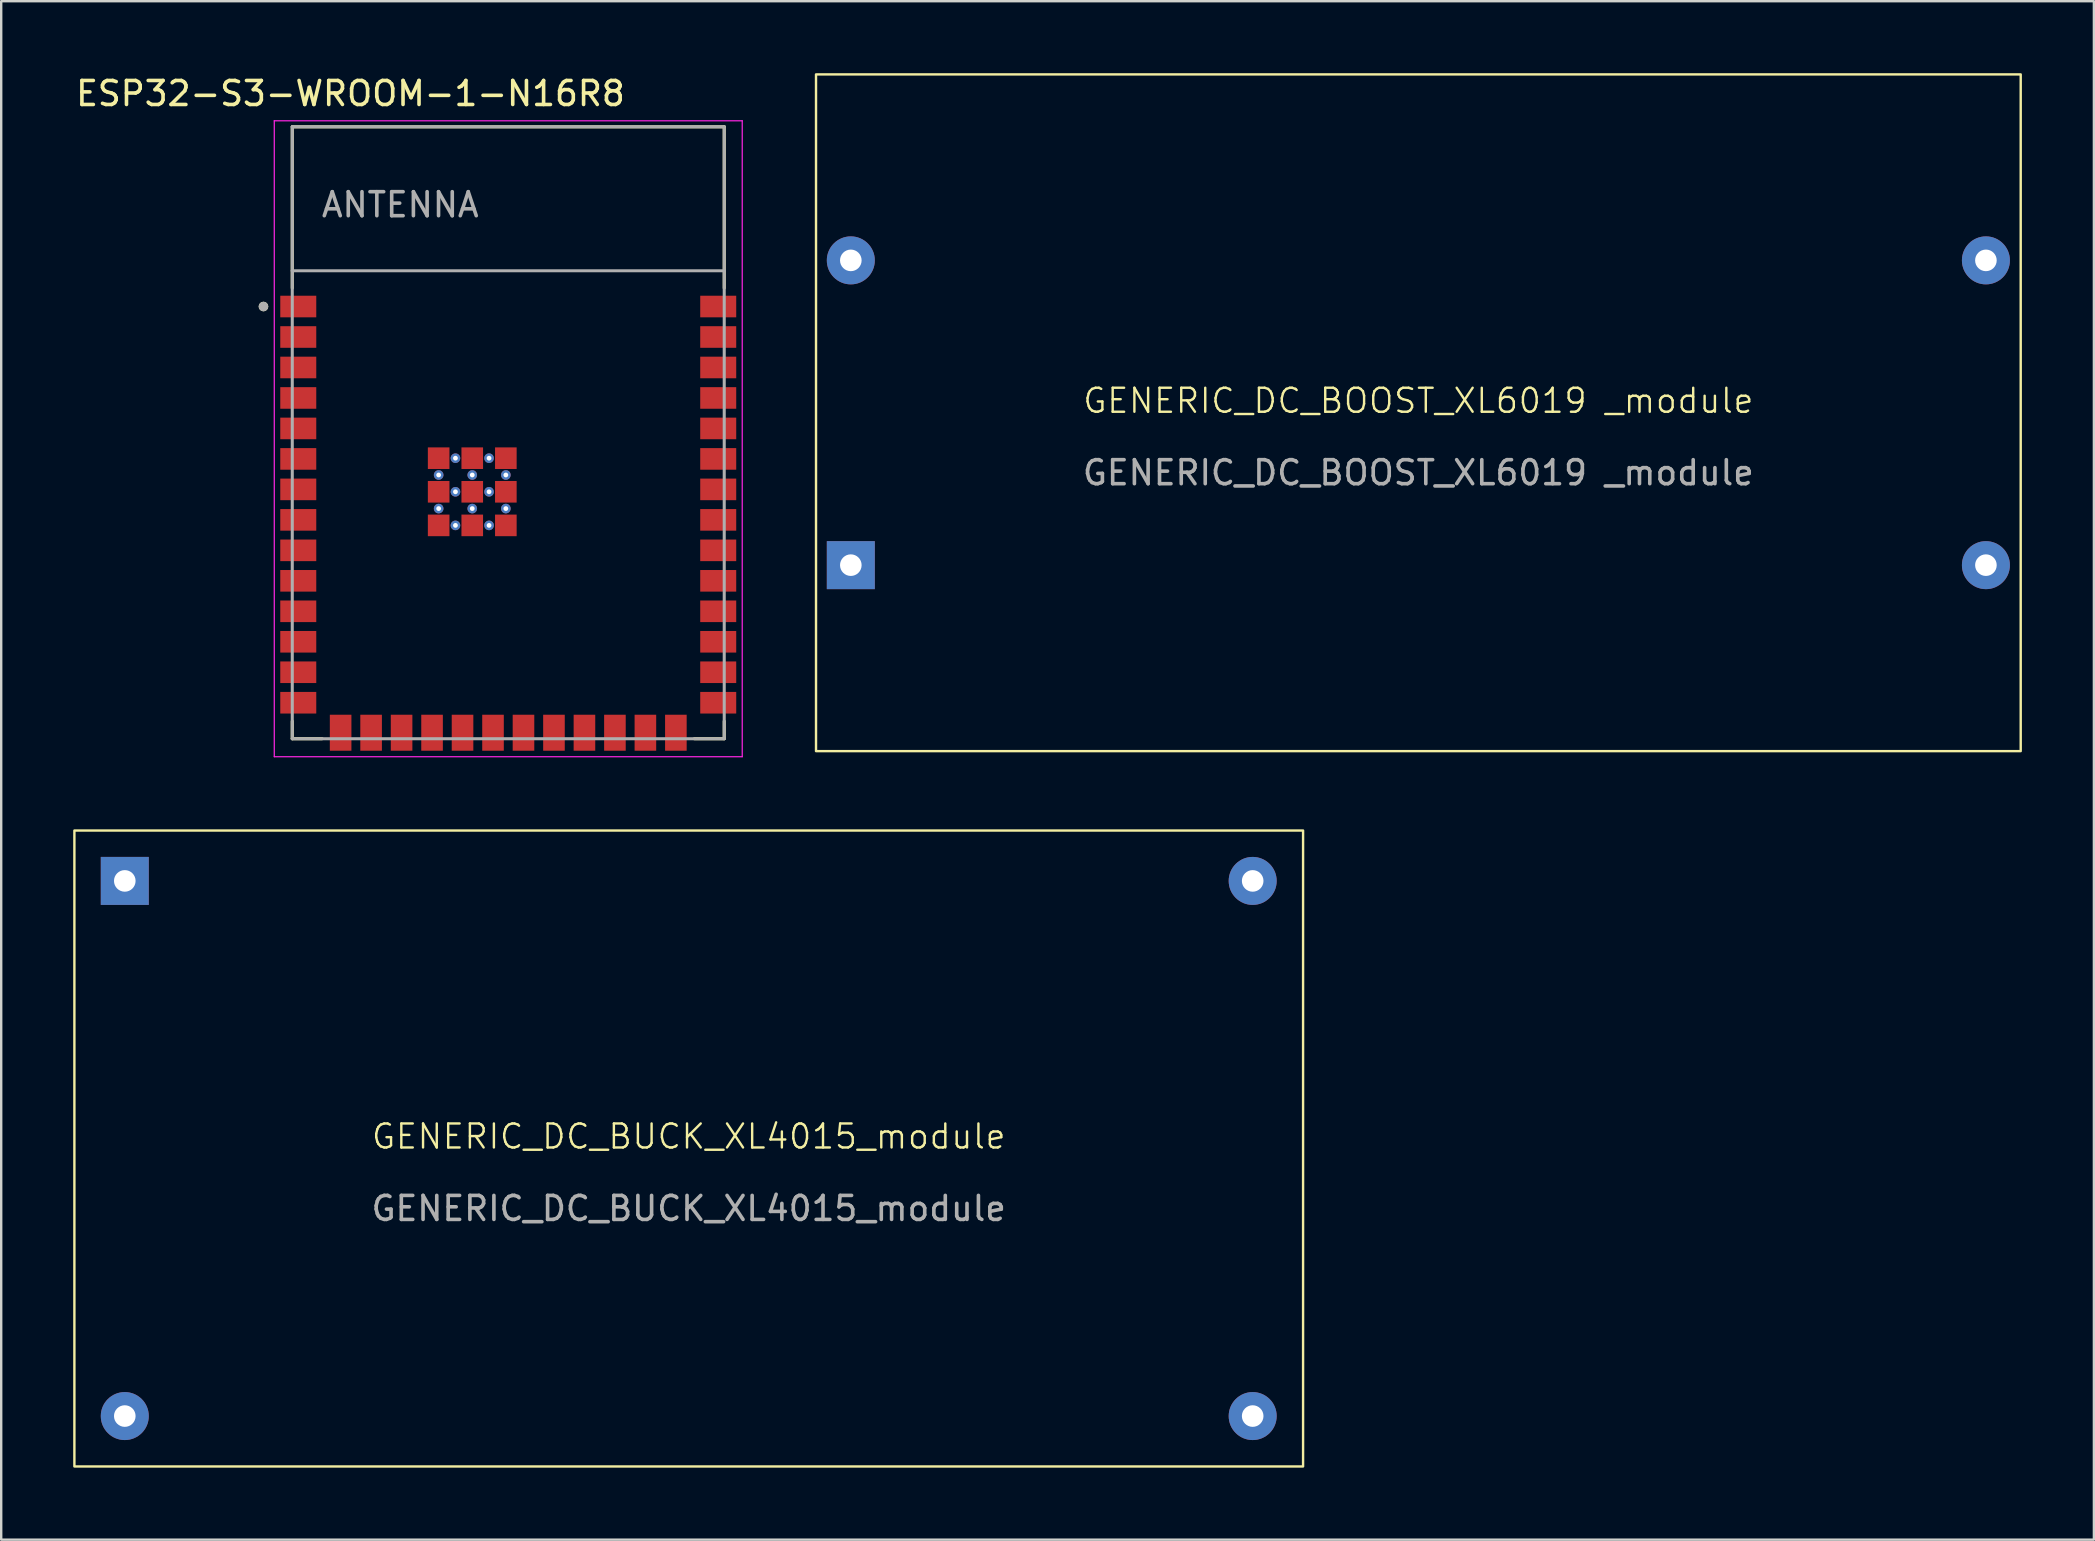
<source format=kicad_pcb>
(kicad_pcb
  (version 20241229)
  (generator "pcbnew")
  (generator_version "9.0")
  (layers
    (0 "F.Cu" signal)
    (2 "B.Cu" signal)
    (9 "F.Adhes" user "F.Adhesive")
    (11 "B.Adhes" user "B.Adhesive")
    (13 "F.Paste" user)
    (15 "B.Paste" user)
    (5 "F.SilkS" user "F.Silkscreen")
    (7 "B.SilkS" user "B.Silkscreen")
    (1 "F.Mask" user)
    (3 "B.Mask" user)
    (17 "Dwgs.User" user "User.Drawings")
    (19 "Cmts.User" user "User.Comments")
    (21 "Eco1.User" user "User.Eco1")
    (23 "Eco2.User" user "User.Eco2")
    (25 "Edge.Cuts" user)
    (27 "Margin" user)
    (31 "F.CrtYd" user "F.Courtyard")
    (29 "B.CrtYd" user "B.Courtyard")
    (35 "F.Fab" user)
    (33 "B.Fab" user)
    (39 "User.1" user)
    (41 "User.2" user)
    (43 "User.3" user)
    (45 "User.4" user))
  (footprint "GENERIC_DC_BUCK_XL4015_module"
    (layer "F.Cu")
    (at 25.65 44.808)
    (property "Reference" "GENERIC_DC_BUCK_XL4015_module" (at 0 -0.5 0) (unlocked yes) (layer "F.SilkS") (effects (font (size 1 1) (thickness 0.1))))
    (attr through_hole)
    (fp_rect (start -25.6 -13.25) (end 25.6 13.25) (stroke (width 0.1) (type default)) (fill no) (layer "F.SilkS"))
    (fp_text user "${REFERENCE}" (at 0 2.5 0) (unlocked yes) (layer "F.Fab") (effects (font (size 1 1) (thickness 0.15))))
    (pad "1" thru_hole rect (at -23.5 -11.15) (size 2 2) (drill 0.9) (layers "*.Cu" "*.Mask"))
    (pad "2" thru_hole circle (at -23.5 11.15) (size 2 2) (drill 0.9) (layers "*.Cu" "*.Mask"))
    (pad "3" thru_hole circle (at 23.5 11.15) (size 2 2) (drill 0.9) (layers "*.Cu" "*.Mask"))
    (pad "4" thru_hole circle (at 23.5 -11.15) (size 2 2) (drill 0.9) (layers "*.Cu" "*.Mask")))
  (footprint "GENERIC_DC_BOOST_XL6019 _module"
    (layer "F.Cu")
    (at 56.054 14.15)
    (property "Reference" "GENERIC_DC_BOOST_XL6019 _module" (at 0 -0.5 0) (unlocked yes) (layer "F.SilkS") (effects (font (size 1 1) (thickness 0.1))))
    (attr through_hole)
    (fp_rect (start -25.1 -14.1) (end 25.1 14.1) (stroke (width 0.1) (type default)) (fill no) (layer "F.SilkS"))
    (fp_text user "${REFERENCE}" (at 0 2.5 0) (unlocked yes) (layer "F.Fab") (effects (font (size 1 1) (thickness 0.15))))
    (pad "1" thru_hole rect (at -23.65 6.35) (size 2 2) (drill 0.9) (layers "*.Cu" "*.Mask"))
    (pad "2" thru_hole circle (at -23.65 -6.35) (size 2 2) (drill 0.9) (layers "*.Cu" "*.Mask"))
    (pad "3" thru_hole circle (at 23.65 -6.35) (size 2 2) (drill 0.9) (layers "*.Cu" "*.Mask"))
    (pad "4" thru_hole circle (at 23.65 6.35) (size 2 2) (drill 0.9) (layers "*.Cu" "*.Mask")))
  (footprint "ESP32-S3-WROOM-1-N16R8"
    (layer "F.Cu")
    (at 18.129 14.983)
    (property "Reference" "ESP32-S3-WROOM-1-N16R8" (at -6.575 -14.135 0) (layer "F.SilkS") (effects (font (size 1 1) (thickness 0.15))))
    (attr smd)
    (fp_line (start -9 -12.75) (end 9 -12.75) (stroke (width 0.127) (type solid)) (layer "F.SilkS"))
    (fp_line (start -9 -6.03) (end -9 -12.75) (stroke (width 0.127) (type solid)) (layer "F.SilkS"))
    (fp_line (start -9 12.02) (end -9 12.75) (stroke (width 0.127) (type solid)) (layer "F.SilkS"))
    (fp_line (start -9 12.75) (end -7.755 12.75) (stroke (width 0.127) (type solid)) (layer "F.SilkS"))
    (fp_line (start 9 -12.75) (end 9 -6.03) (stroke (width 0.127) (type solid)) (layer "F.SilkS"))
    (fp_line (start 9 12.02) (end 9 12.75) (stroke (width 0.127) (type solid)) (layer "F.SilkS"))
    (fp_line (start 9 12.75) (end 7.755 12.75) (stroke (width 0.127) (type solid)) (layer "F.SilkS"))
    (fp_circle (center -10.2 -5.26) (end -10.1 -5.26) (stroke (width 0.2) (type solid)) (fill no) (layer "F.SilkS"))
    (fp_line (start -9.75 -13) (end 9.75 -13) (stroke (width 0.05) (type solid)) (layer "F.CrtYd"))
    (fp_line (start -9.75 13.5) (end -9.75 -13) (stroke (width 0.05) (type solid)) (layer "F.CrtYd"))
    (fp_line (start -9.75 13.5) (end 9.75 13.5) (stroke (width 0.05) (type solid)) (layer "F.CrtYd"))
    (fp_line (start 9.75 -13) (end 9.75 13.5) (stroke (width 0.05) (type solid)) (layer "F.CrtYd"))
    (fp_line (start -9 -12.75) (end 9 -12.75) (stroke (width 0.127) (type solid)) (layer "F.Fab"))
    (fp_line (start -9 -6.75) (end -9 -12.75) (stroke (width 0.127) (type solid)) (layer "F.Fab"))
    (fp_line (start -9 -6.75) (end 9 -6.75) (stroke (width 0.127) (type solid)) (layer "F.Fab"))
    (fp_line (start -9 12.75) (end -9 -6.75) (stroke (width 0.127) (type solid)) (layer "F.Fab"))
    (fp_line (start 9 -12.75) (end 9 -6.75) (stroke (width 0.127) (type solid)) (layer "F.Fab"))
    (fp_line (start 9 -6.75) (end 9 12.75) (stroke (width 0.127) (type solid)) (layer "F.Fab"))
    (fp_line (start 9 12.75) (end -9 12.75) (stroke (width 0.127) (type solid)) (layer "F.Fab"))
    (fp_circle (center -10.2 -5.26) (end -10.1 -5.26) (stroke (width 0.2) (type solid)) (fill no) (layer "F.Fab"))
    (fp_text user "ANTENNA" (at -4.5 -9.5 0) (layer "F.Fab") (effects (font (size 1 1) (thickness 0.15))))
    (pad "1" smd rect (at -8.75 -5.26) (size 1.5 0.9) (layers "F.Cu" "F.Mask" "F.Paste"))
    (pad "2" smd rect (at -8.75 -3.99) (size 1.5 0.9) (layers "F.Cu" "F.Mask" "F.Paste"))
    (pad "3" smd rect (at -8.75 -2.72) (size 1.5 0.9) (layers "F.Cu" "F.Mask" "F.Paste"))
    (pad "4" smd rect (at -8.75 -1.45) (size 1.5 0.9) (layers "F.Cu" "F.Mask" "F.Paste"))
    (pad "5" smd rect (at -8.75 -0.18) (size 1.5 0.9) (layers "F.Cu" "F.Mask" "F.Paste"))
    (pad "6" smd rect (at -8.75 1.09) (size 1.5 0.9) (layers "F.Cu" "F.Mask" "F.Paste"))
    (pad "7" smd rect (at -8.75 2.36) (size 1.5 0.9) (layers "F.Cu" "F.Mask" "F.Paste"))
    (pad "8" smd rect (at -8.75 3.63) (size 1.5 0.9) (layers "F.Cu" "F.Mask" "F.Paste"))
    (pad "9" smd rect (at -8.75 4.9) (size 1.5 0.9) (layers "F.Cu" "F.Mask" "F.Paste"))
    (pad "10" smd rect (at -8.75 6.17) (size 1.5 0.9) (layers "F.Cu" "F.Mask" "F.Paste"))
    (pad "11" smd rect (at -8.75 7.44) (size 1.5 0.9) (layers "F.Cu" "F.Mask" "F.Paste"))
    (pad "12" smd rect (at -8.75 8.71) (size 1.5 0.9) (layers "F.Cu" "F.Mask" "F.Paste"))
    (pad "13" smd rect (at -8.75 9.98) (size 1.5 0.9) (layers "F.Cu" "F.Mask" "F.Paste"))
    (pad "14" smd rect (at -8.75 11.25) (size 1.5 0.9) (layers "F.Cu" "F.Mask" "F.Paste"))
    (pad "15" smd rect (at -6.985 12.5) (size 0.9 1.5) (layers "F.Cu" "F.Mask" "F.Paste"))
    (pad "16" smd rect (at -5.715 12.5) (size 0.9 1.5) (layers "F.Cu" "F.Mask" "F.Paste"))
    (pad "17" smd rect (at -4.445 12.5) (size 0.9 1.5) (layers "F.Cu" "F.Mask" "F.Paste"))
    (pad "18" smd rect (at -3.175 12.5) (size 0.9 1.5) (layers "F.Cu" "F.Mask" "F.Paste"))
    (pad "19" smd rect (at -1.905 12.5) (size 0.9 1.5) (layers "F.Cu" "F.Mask" "F.Paste"))
    (pad "20" smd rect (at -0.635 12.5) (size 0.9 1.5) (layers "F.Cu" "F.Mask" "F.Paste"))
    (pad "21" smd rect (at 0.635 12.5) (size 0.9 1.5) (layers "F.Cu" "F.Mask" "F.Paste"))
    (pad "22" smd rect (at 1.905 12.5) (size 0.9 1.5) (layers "F.Cu" "F.Mask" "F.Paste"))
    (pad "23" smd rect (at 3.175 12.5) (size 0.9 1.5) (layers "F.Cu" "F.Mask" "F.Paste"))
    (pad "24" smd rect (at 4.445 12.5) (size 0.9 1.5) (layers "F.Cu" "F.Mask" "F.Paste"))
    (pad "25" smd rect (at 5.715 12.5) (size 0.9 1.5) (layers "F.Cu" "F.Mask" "F.Paste"))
    (pad "26" smd rect (at 6.985 12.5) (size 0.9 1.5) (layers "F.Cu" "F.Mask" "F.Paste"))
    (pad "27" smd rect (at 8.75 11.25) (size 1.5 0.9) (layers "F.Cu" "F.Mask" "F.Paste"))
    (pad "28" smd rect (at 8.75 9.98) (size 1.5 0.9) (layers "F.Cu" "F.Mask" "F.Paste"))
    (pad "29" smd rect (at 8.75 8.71) (size 1.5 0.9) (layers "F.Cu" "F.Mask" "F.Paste"))
    (pad "30" smd rect (at 8.75 7.44) (size 1.5 0.9) (layers "F.Cu" "F.Mask" "F.Paste"))
    (pad "31" smd rect (at 8.75 6.17) (size 1.5 0.9) (layers "F.Cu" "F.Mask" "F.Paste"))
    (pad "32" smd rect (at 8.75 4.9) (size 1.5 0.9) (layers "F.Cu" "F.Mask" "F.Paste"))
    (pad "33" smd rect (at 8.75 3.63) (size 1.5 0.9) (layers "F.Cu" "F.Mask" "F.Paste"))
    (pad "34" smd rect (at 8.75 2.36) (size 1.5 0.9) (layers "F.Cu" "F.Mask" "F.Paste"))
    (pad "35" smd rect (at 8.75 1.09) (size 1.5 0.9) (layers "F.Cu" "F.Mask" "F.Paste"))
    (pad "36" smd rect (at 8.75 -0.18) (size 1.5 0.9) (layers "F.Cu" "F.Mask" "F.Paste"))
    (pad "37" smd rect (at 8.75 -1.45) (size 1.5 0.9) (layers "F.Cu" "F.Mask" "F.Paste"))
    (pad "38" smd rect (at 8.75 -2.72) (size 1.5 0.9) (layers "F.Cu" "F.Mask" "F.Paste"))
    (pad "39" smd rect (at 8.75 -3.99) (size 1.5 0.9) (layers "F.Cu" "F.Mask" "F.Paste"))
    (pad "40" smd rect (at 8.75 -5.26) (size 1.5 0.9) (layers "F.Cu" "F.Mask" "F.Paste"))
    (pad "PAD" smd rect (at -2.9 1.06) (size 0.9 0.9) (layers "F.Cu" "F.Mask" "F.Paste"))
    (pad "PAD" thru_hole circle (at -2.9 1.76) (size 0.4 0.4) (drill 0.2) (layers "*.Cu"))
    (pad "PAD" smd rect (at -2.9 2.46) (size 0.9 0.9) (layers "F.Cu" "F.Mask" "F.Paste"))
    (pad "PAD" thru_hole circle (at -2.9 3.16) (size 0.4 0.4) (drill 0.2) (layers "*.Cu"))
    (pad "PAD" smd rect (at -2.9 3.86) (size 0.9 0.9) (layers "F.Cu" "F.Mask" "F.Paste"))
    (pad "PAD" thru_hole circle (at -2.2 1.06) (size 0.4 0.4) (drill 0.2) (layers "*.Cu"))
    (pad "PAD" thru_hole circle (at -2.2 2.46) (size 0.4 0.4) (drill 0.2) (layers "*.Cu"))
    (pad "PAD" thru_hole circle (at -2.2 3.86) (size 0.4 0.4) (drill 0.2) (layers "*.Cu"))
    (pad "PAD" smd rect (at -1.5 1.06) (size 0.9 0.9) (layers "F.Cu" "F.Mask" "F.Paste"))
    (pad "PAD" thru_hole circle (at -1.5 1.76) (size 0.4 0.4) (drill 0.2) (layers "*.Cu"))
    (pad "PAD" smd rect (at -1.5 2.46) (size 0.9 0.9) (layers "F.Cu" "F.Mask" "F.Paste"))
    (pad "PAD" thru_hole circle (at -1.5 3.16) (size 0.4 0.4) (drill 0.2) (layers "*.Cu"))
    (pad "PAD" smd rect (at -1.5 3.86) (size 0.9 0.9) (layers "F.Cu" "F.Mask" "F.Paste"))
    (pad "PAD" thru_hole circle (at -0.8 1.06) (size 0.4 0.4) (drill 0.2) (layers "*.Cu"))
    (pad "PAD" thru_hole circle (at -0.8 2.46) (size 0.4 0.4) (drill 0.2) (layers "*.Cu"))
    (pad "PAD" thru_hole circle (at -0.8 3.86) (size 0.4 0.4) (drill 0.2) (layers "*.Cu"))
    (pad "PAD" smd rect (at -0.1 1.06) (size 0.9 0.9) (layers "F.Cu" "F.Mask" "F.Paste"))
    (pad "PAD" thru_hole circle (at -0.1 1.76) (size 0.4 0.4) (drill 0.2) (layers "*.Cu"))
    (pad "PAD" smd rect (at -0.1 2.46) (size 0.9 0.9) (layers "F.Cu" "F.Mask" "F.Paste"))
    (pad "PAD" thru_hole circle (at -0.1 3.16) (size 0.4 0.4) (drill 0.2) (layers "*.Cu"))
    (pad "PAD" smd rect (at -0.1 3.86) (size 0.9 0.9) (layers "F.Cu" "F.Mask" "F.Paste"))
    (zone (net_name "") (layer "F.Cu") (hatch full 0.508) (connect_pads) (min_thickness 0.01) (filled_areas_thickness no) (keepout (tracks not_allowed) (vias not_allowed) (pads not_allowed) (copperpour not_allowed) (footprints allowed)) (placement (enabled no)) (fill) (polygon (pts (xy 9.129 2.233) (xy 27.129 2.233) (xy 27.129 8.233) (xy 9.129 8.233))))
    (zone (net_name "") (layers "F.Cu" "B.Cu") (hatch full 0.508) (connect_pads) (min_thickness 0.01) (filled_areas_thickness no) (keepout (tracks allowed) (vias not_allowed) (pads allowed) (copperpour allowed) (footprints allowed)) (placement (enabled no)) (fill) (polygon (pts (xy 9.129 2.233) (xy 27.129 2.233) (xy 27.129 8.233) (xy 9.129 8.233))))
    (zone (net_name "") (layer "B.Cu") (hatch full 0.508) (connect_pads) (min_thickness 0.01) (filled_areas_thickness no) (keepout (tracks not_allowed) (vias not_allowed) (pads not_allowed) (copperpour not_allowed) (footprints allowed)) (placement (enabled no)) (fill) (polygon (pts (xy 9.129 2.233) (xy 27.129 2.233) (xy 27.129 8.233) (xy 9.129 8.233)))))
  (gr_rect
    (start -3 -3)
    (end 84.204 61.108)
    (stroke (width 0.1) (type default))
    (fill no)
    (layer "Edge.Cuts")))
</source>
